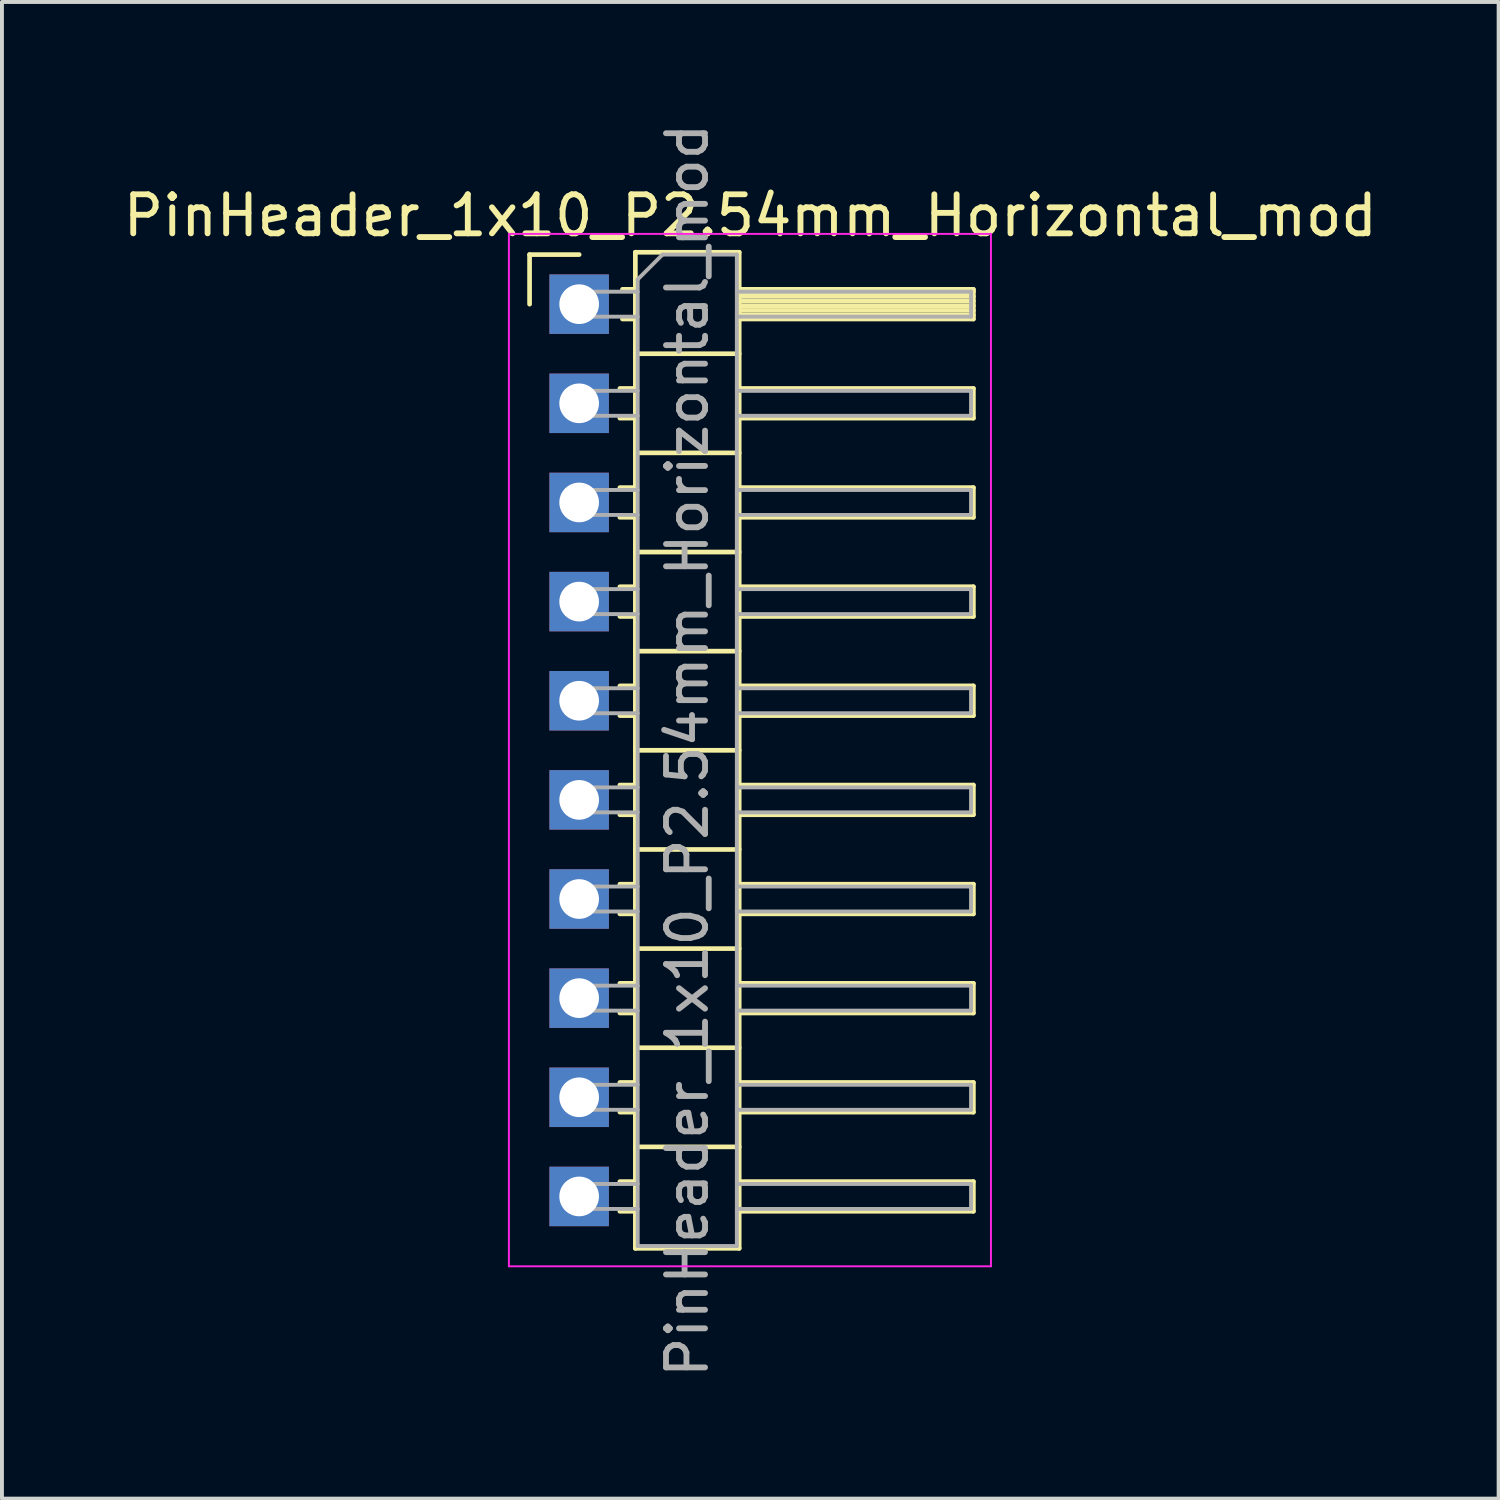
<source format=kicad_pcb>
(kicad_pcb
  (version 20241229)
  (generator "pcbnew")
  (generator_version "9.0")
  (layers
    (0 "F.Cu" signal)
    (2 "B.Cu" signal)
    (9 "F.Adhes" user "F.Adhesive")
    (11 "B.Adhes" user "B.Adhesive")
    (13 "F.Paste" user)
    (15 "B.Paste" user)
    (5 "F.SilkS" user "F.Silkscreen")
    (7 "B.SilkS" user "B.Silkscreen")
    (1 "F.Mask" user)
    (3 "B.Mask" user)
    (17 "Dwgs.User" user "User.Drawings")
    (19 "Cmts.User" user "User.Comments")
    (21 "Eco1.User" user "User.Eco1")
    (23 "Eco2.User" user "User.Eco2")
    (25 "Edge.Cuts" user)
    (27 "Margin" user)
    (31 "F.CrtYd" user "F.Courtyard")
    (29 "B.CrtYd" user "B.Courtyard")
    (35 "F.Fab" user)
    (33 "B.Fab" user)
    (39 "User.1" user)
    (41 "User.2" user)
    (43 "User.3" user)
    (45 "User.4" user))
  (footprint "PinHeader_1x10_P2.54mm_Horizontal_mod"
    (layer "F.Cu")
    (at 11.788 4.743)
    (property "Reference" "PinHeader_1x10_P2.54mm_Horizontal_mod" (at 4.385 -2.27 0) (layer "F.SilkS") (effects (font (size 1 1) (thickness 0.15))))
    (attr through_hole)
    (fp_line (start -1.27 -1.27) (end 0 -1.27) (stroke (width 0.12) (type solid)) (layer "F.SilkS"))
    (fp_line (start -1.27 0) (end -1.27 -1.27) (stroke (width 0.12) (type solid)) (layer "F.SilkS"))
    (fp_line (start 1.043 2.16) (end 1.44 2.16) (stroke (width 0.12) (type solid)) (layer "F.SilkS"))
    (fp_line (start 1.043 2.92) (end 1.44 2.92) (stroke (width 0.12) (type solid)) (layer "F.SilkS"))
    (fp_line (start 1.043 4.7) (end 1.44 4.7) (stroke (width 0.12) (type solid)) (layer "F.SilkS"))
    (fp_line (start 1.043 5.46) (end 1.44 5.46) (stroke (width 0.12) (type solid)) (layer "F.SilkS"))
    (fp_line (start 1.043 7.24) (end 1.44 7.24) (stroke (width 0.12) (type solid)) (layer "F.SilkS"))
    (fp_line (start 1.043 8) (end 1.44 8) (stroke (width 0.12) (type solid)) (layer "F.SilkS"))
    (fp_line (start 1.043 9.78) (end 1.44 9.78) (stroke (width 0.12) (type solid)) (layer "F.SilkS"))
    (fp_line (start 1.043 10.54) (end 1.44 10.54) (stroke (width 0.12) (type solid)) (layer "F.SilkS"))
    (fp_line (start 1.043 12.32) (end 1.44 12.32) (stroke (width 0.12) (type solid)) (layer "F.SilkS"))
    (fp_line (start 1.043 13.08) (end 1.44 13.08) (stroke (width 0.12) (type solid)) (layer "F.SilkS"))
    (fp_line (start 1.043 14.86) (end 1.44 14.86) (stroke (width 0.12) (type solid)) (layer "F.SilkS"))
    (fp_line (start 1.043 15.62) (end 1.44 15.62) (stroke (width 0.12) (type solid)) (layer "F.SilkS"))
    (fp_line (start 1.043 17.4) (end 1.44 17.4) (stroke (width 0.12) (type solid)) (layer "F.SilkS"))
    (fp_line (start 1.043 18.16) (end 1.44 18.16) (stroke (width 0.12) (type solid)) (layer "F.SilkS"))
    (fp_line (start 1.043 19.94) (end 1.44 19.94) (stroke (width 0.12) (type solid)) (layer "F.SilkS"))
    (fp_line (start 1.043 20.7) (end 1.44 20.7) (stroke (width 0.12) (type solid)) (layer "F.SilkS"))
    (fp_line (start 1.043 22.48) (end 1.44 22.48) (stroke (width 0.12) (type solid)) (layer "F.SilkS"))
    (fp_line (start 1.043 23.24) (end 1.44 23.24) (stroke (width 0.12) (type solid)) (layer "F.SilkS"))
    (fp_line (start 1.11 -0.38) (end 1.44 -0.38) (stroke (width 0.12) (type solid)) (layer "F.SilkS"))
    (fp_line (start 1.11 0.38) (end 1.44 0.38) (stroke (width 0.12) (type solid)) (layer "F.SilkS"))
    (fp_line (start 1.44 -1.33) (end 1.44 24.19) (stroke (width 0.12) (type solid)) (layer "F.SilkS"))
    (fp_line (start 1.44 1.27) (end 4.1 1.27) (stroke (width 0.12) (type solid)) (layer "F.SilkS"))
    (fp_line (start 1.44 3.81) (end 4.1 3.81) (stroke (width 0.12) (type solid)) (layer "F.SilkS"))
    (fp_line (start 1.44 6.35) (end 4.1 6.35) (stroke (width 0.12) (type solid)) (layer "F.SilkS"))
    (fp_line (start 1.44 8.89) (end 4.1 8.89) (stroke (width 0.12) (type solid)) (layer "F.SilkS"))
    (fp_line (start 1.44 11.43) (end 4.1 11.43) (stroke (width 0.12) (type solid)) (layer "F.SilkS"))
    (fp_line (start 1.44 13.97) (end 4.1 13.97) (stroke (width 0.12) (type solid)) (layer "F.SilkS"))
    (fp_line (start 1.44 16.51) (end 4.1 16.51) (stroke (width 0.12) (type solid)) (layer "F.SilkS"))
    (fp_line (start 1.44 19.05) (end 4.1 19.05) (stroke (width 0.12) (type solid)) (layer "F.SilkS"))
    (fp_line (start 1.44 21.59) (end 4.1 21.59) (stroke (width 0.12) (type solid)) (layer "F.SilkS"))
    (fp_line (start 1.44 24.19) (end 4.1 24.19) (stroke (width 0.12) (type solid)) (layer "F.SilkS"))
    (fp_line (start 4.1 -1.33) (end 1.44 -1.33) (stroke (width 0.12) (type solid)) (layer "F.SilkS"))
    (fp_line (start 4.1 -0.38) (end 10.1 -0.38) (stroke (width 0.12) (type solid)) (layer "F.SilkS"))
    (fp_line (start 4.1 -0.32) (end 10.1 -0.32) (stroke (width 0.12) (type solid)) (layer "F.SilkS"))
    (fp_line (start 4.1 -0.2) (end 10.1 -0.2) (stroke (width 0.12) (type solid)) (layer "F.SilkS"))
    (fp_line (start 4.1 -0.08) (end 10.1 -0.08) (stroke (width 0.12) (type solid)) (layer "F.SilkS"))
    (fp_line (start 4.1 0.04) (end 10.1 0.04) (stroke (width 0.12) (type solid)) (layer "F.SilkS"))
    (fp_line (start 4.1 0.16) (end 10.1 0.16) (stroke (width 0.12) (type solid)) (layer "F.SilkS"))
    (fp_line (start 4.1 0.28) (end 10.1 0.28) (stroke (width 0.12) (type solid)) (layer "F.SilkS"))
    (fp_line (start 4.1 2.16) (end 10.1 2.16) (stroke (width 0.12) (type solid)) (layer "F.SilkS"))
    (fp_line (start 4.1 4.7) (end 10.1 4.7) (stroke (width 0.12) (type solid)) (layer "F.SilkS"))
    (fp_line (start 4.1 7.24) (end 10.1 7.24) (stroke (width 0.12) (type solid)) (layer "F.SilkS"))
    (fp_line (start 4.1 9.78) (end 10.1 9.78) (stroke (width 0.12) (type solid)) (layer "F.SilkS"))
    (fp_line (start 4.1 12.32) (end 10.1 12.32) (stroke (width 0.12) (type solid)) (layer "F.SilkS"))
    (fp_line (start 4.1 14.86) (end 10.1 14.86) (stroke (width 0.12) (type solid)) (layer "F.SilkS"))
    (fp_line (start 4.1 17.4) (end 10.1 17.4) (stroke (width 0.12) (type solid)) (layer "F.SilkS"))
    (fp_line (start 4.1 19.94) (end 10.1 19.94) (stroke (width 0.12) (type solid)) (layer "F.SilkS"))
    (fp_line (start 4.1 22.48) (end 10.1 22.48) (stroke (width 0.12) (type solid)) (layer "F.SilkS"))
    (fp_line (start 4.1 24.19) (end 4.1 -1.33) (stroke (width 0.12) (type solid)) (layer "F.SilkS"))
    (fp_line (start 10.1 -0.38) (end 10.1 0.38) (stroke (width 0.12) (type solid)) (layer "F.SilkS"))
    (fp_line (start 10.1 0.38) (end 4.1 0.38) (stroke (width 0.12) (type solid)) (layer "F.SilkS"))
    (fp_line (start 10.1 2.16) (end 10.1 2.92) (stroke (width 0.12) (type solid)) (layer "F.SilkS"))
    (fp_line (start 10.1 2.92) (end 4.1 2.92) (stroke (width 0.12) (type solid)) (layer "F.SilkS"))
    (fp_line (start 10.1 4.7) (end 10.1 5.46) (stroke (width 0.12) (type solid)) (layer "F.SilkS"))
    (fp_line (start 10.1 5.46) (end 4.1 5.46) (stroke (width 0.12) (type solid)) (layer "F.SilkS"))
    (fp_line (start 10.1 7.24) (end 10.1 8) (stroke (width 0.12) (type solid)) (layer "F.SilkS"))
    (fp_line (start 10.1 8) (end 4.1 8) (stroke (width 0.12) (type solid)) (layer "F.SilkS"))
    (fp_line (start 10.1 9.78) (end 10.1 10.54) (stroke (width 0.12) (type solid)) (layer "F.SilkS"))
    (fp_line (start 10.1 10.54) (end 4.1 10.54) (stroke (width 0.12) (type solid)) (layer "F.SilkS"))
    (fp_line (start 10.1 12.32) (end 10.1 13.08) (stroke (width 0.12) (type solid)) (layer "F.SilkS"))
    (fp_line (start 10.1 13.08) (end 4.1 13.08) (stroke (width 0.12) (type solid)) (layer "F.SilkS"))
    (fp_line (start 10.1 14.86) (end 10.1 15.62) (stroke (width 0.12) (type solid)) (layer "F.SilkS"))
    (fp_line (start 10.1 15.62) (end 4.1 15.62) (stroke (width 0.12) (type solid)) (layer "F.SilkS"))
    (fp_line (start 10.1 17.4) (end 10.1 18.16) (stroke (width 0.12) (type solid)) (layer "F.SilkS"))
    (fp_line (start 10.1 18.16) (end 4.1 18.16) (stroke (width 0.12) (type solid)) (layer "F.SilkS"))
    (fp_line (start 10.1 19.94) (end 10.1 20.7) (stroke (width 0.12) (type solid)) (layer "F.SilkS"))
    (fp_line (start 10.1 20.7) (end 4.1 20.7) (stroke (width 0.12) (type solid)) (layer "F.SilkS"))
    (fp_line (start 10.1 22.48) (end 10.1 23.24) (stroke (width 0.12) (type solid)) (layer "F.SilkS"))
    (fp_line (start 10.1 23.24) (end 4.1 23.24) (stroke (width 0.12) (type solid)) (layer "F.SilkS"))
    (fp_line (start -1.8 -1.8) (end -1.8 24.65) (stroke (width 0.05) (type solid)) (layer "F.CrtYd"))
    (fp_line (start -1.8 24.65) (end 10.55 24.65) (stroke (width 0.05) (type solid)) (layer "F.CrtYd"))
    (fp_line (start 10.55 -1.8) (end -1.8 -1.8) (stroke (width 0.05) (type solid)) (layer "F.CrtYd"))
    (fp_line (start 10.55 24.65) (end 10.55 -1.8) (stroke (width 0.05) (type solid)) (layer "F.CrtYd"))
    (fp_line (start -0.32 -0.32) (end -0.32 0.32) (stroke (width 0.1) (type solid)) (layer "F.Fab"))
    (fp_line (start -0.32 -0.32) (end 1.5 -0.32) (stroke (width 0.1) (type solid)) (layer "F.Fab"))
    (fp_line (start -0.32 0.32) (end 1.5 0.32) (stroke (width 0.1) (type solid)) (layer "F.Fab"))
    (fp_line (start -0.32 2.22) (end -0.32 2.86) (stroke (width 0.1) (type solid)) (layer "F.Fab"))
    (fp_line (start -0.32 2.22) (end 1.5 2.22) (stroke (width 0.1) (type solid)) (layer "F.Fab"))
    (fp_line (start -0.32 2.86) (end 1.5 2.86) (stroke (width 0.1) (type solid)) (layer "F.Fab"))
    (fp_line (start -0.32 4.76) (end -0.32 5.4) (stroke (width 0.1) (type solid)) (layer "F.Fab"))
    (fp_line (start -0.32 4.76) (end 1.5 4.76) (stroke (width 0.1) (type solid)) (layer "F.Fab"))
    (fp_line (start -0.32 5.4) (end 1.5 5.4) (stroke (width 0.1) (type solid)) (layer "F.Fab"))
    (fp_line (start -0.32 7.3) (end -0.32 7.94) (stroke (width 0.1) (type solid)) (layer "F.Fab"))
    (fp_line (start -0.32 7.3) (end 1.5 7.3) (stroke (width 0.1) (type solid)) (layer "F.Fab"))
    (fp_line (start -0.32 7.94) (end 1.5 7.94) (stroke (width 0.1) (type solid)) (layer "F.Fab"))
    (fp_line (start -0.32 9.84) (end -0.32 10.48) (stroke (width 0.1) (type solid)) (layer "F.Fab"))
    (fp_line (start -0.32 9.84) (end 1.5 9.84) (stroke (width 0.1) (type solid)) (layer "F.Fab"))
    (fp_line (start -0.32 10.48) (end 1.5 10.48) (stroke (width 0.1) (type solid)) (layer "F.Fab"))
    (fp_line (start -0.32 12.38) (end -0.32 13.02) (stroke (width 0.1) (type solid)) (layer "F.Fab"))
    (fp_line (start -0.32 12.38) (end 1.5 12.38) (stroke (width 0.1) (type solid)) (layer "F.Fab"))
    (fp_line (start -0.32 13.02) (end 1.5 13.02) (stroke (width 0.1) (type solid)) (layer "F.Fab"))
    (fp_line (start -0.32 14.92) (end -0.32 15.56) (stroke (width 0.1) (type solid)) (layer "F.Fab"))
    (fp_line (start -0.32 14.92) (end 1.5 14.92) (stroke (width 0.1) (type solid)) (layer "F.Fab"))
    (fp_line (start -0.32 15.56) (end 1.5 15.56) (stroke (width 0.1) (type solid)) (layer "F.Fab"))
    (fp_line (start -0.32 17.46) (end -0.32 18.1) (stroke (width 0.1) (type solid)) (layer "F.Fab"))
    (fp_line (start -0.32 17.46) (end 1.5 17.46) (stroke (width 0.1) (type solid)) (layer "F.Fab"))
    (fp_line (start -0.32 18.1) (end 1.5 18.1) (stroke (width 0.1) (type solid)) (layer "F.Fab"))
    (fp_line (start -0.32 20) (end -0.32 20.64) (stroke (width 0.1) (type solid)) (layer "F.Fab"))
    (fp_line (start -0.32 20) (end 1.5 20) (stroke (width 0.1) (type solid)) (layer "F.Fab"))
    (fp_line (start -0.32 20.64) (end 1.5 20.64) (stroke (width 0.1) (type solid)) (layer "F.Fab"))
    (fp_line (start -0.32 22.54) (end -0.32 23.18) (stroke (width 0.1) (type solid)) (layer "F.Fab"))
    (fp_line (start -0.32 22.54) (end 1.5 22.54) (stroke (width 0.1) (type solid)) (layer "F.Fab"))
    (fp_line (start -0.32 23.18) (end 1.5 23.18) (stroke (width 0.1) (type solid)) (layer "F.Fab"))
    (fp_line (start 1.5 -0.635) (end 2.135 -1.27) (stroke (width 0.1) (type solid)) (layer "F.Fab"))
    (fp_line (start 1.5 24.13) (end 1.5 -0.635) (stroke (width 0.1) (type solid)) (layer "F.Fab"))
    (fp_line (start 2.135 -1.27) (end 4.04 -1.27) (stroke (width 0.1) (type solid)) (layer "F.Fab"))
    (fp_line (start 4.04 -1.27) (end 4.04 24.13) (stroke (width 0.1) (type solid)) (layer "F.Fab"))
    (fp_line (start 4.04 -0.32) (end 10.04 -0.32) (stroke (width 0.1) (type solid)) (layer "F.Fab"))
    (fp_line (start 4.04 0.32) (end 10.04 0.32) (stroke (width 0.1) (type solid)) (layer "F.Fab"))
    (fp_line (start 4.04 2.22) (end 10.04 2.22) (stroke (width 0.1) (type solid)) (layer "F.Fab"))
    (fp_line (start 4.04 2.86) (end 10.04 2.86) (stroke (width 0.1) (type solid)) (layer "F.Fab"))
    (fp_line (start 4.04 4.76) (end 10.04 4.76) (stroke (width 0.1) (type solid)) (layer "F.Fab"))
    (fp_line (start 4.04 5.4) (end 10.04 5.4) (stroke (width 0.1) (type solid)) (layer "F.Fab"))
    (fp_line (start 4.04 7.3) (end 10.04 7.3) (stroke (width 0.1) (type solid)) (layer "F.Fab"))
    (fp_line (start 4.04 7.94) (end 10.04 7.94) (stroke (width 0.1) (type solid)) (layer "F.Fab"))
    (fp_line (start 4.04 9.84) (end 10.04 9.84) (stroke (width 0.1) (type solid)) (layer "F.Fab"))
    (fp_line (start 4.04 10.48) (end 10.04 10.48) (stroke (width 0.1) (type solid)) (layer "F.Fab"))
    (fp_line (start 4.04 12.38) (end 10.04 12.38) (stroke (width 0.1) (type solid)) (layer "F.Fab"))
    (fp_line (start 4.04 13.02) (end 10.04 13.02) (stroke (width 0.1) (type solid)) (layer "F.Fab"))
    (fp_line (start 4.04 14.92) (end 10.04 14.92) (stroke (width 0.1) (type solid)) (layer "F.Fab"))
    (fp_line (start 4.04 15.56) (end 10.04 15.56) (stroke (width 0.1) (type solid)) (layer "F.Fab"))
    (fp_line (start 4.04 17.46) (end 10.04 17.46) (stroke (width 0.1) (type solid)) (layer "F.Fab"))
    (fp_line (start 4.04 18.1) (end 10.04 18.1) (stroke (width 0.1) (type solid)) (layer "F.Fab"))
    (fp_line (start 4.04 20) (end 10.04 20) (stroke (width 0.1) (type solid)) (layer "F.Fab"))
    (fp_line (start 4.04 20.64) (end 10.04 20.64) (stroke (width 0.1) (type solid)) (layer "F.Fab"))
    (fp_line (start 4.04 22.54) (end 10.04 22.54) (stroke (width 0.1) (type solid)) (layer "F.Fab"))
    (fp_line (start 4.04 23.18) (end 10.04 23.18) (stroke (width 0.1) (type solid)) (layer "F.Fab"))
    (fp_line (start 4.04 24.13) (end 1.5 24.13) (stroke (width 0.1) (type solid)) (layer "F.Fab"))
    (fp_line (start 10.04 -0.32) (end 10.04 0.32) (stroke (width 0.1) (type solid)) (layer "F.Fab"))
    (fp_line (start 10.04 2.22) (end 10.04 2.86) (stroke (width 0.1) (type solid)) (layer "F.Fab"))
    (fp_line (start 10.04 4.76) (end 10.04 5.4) (stroke (width 0.1) (type solid)) (layer "F.Fab"))
    (fp_line (start 10.04 7.3) (end 10.04 7.94) (stroke (width 0.1) (type solid)) (layer "F.Fab"))
    (fp_line (start 10.04 9.84) (end 10.04 10.48) (stroke (width 0.1) (type solid)) (layer "F.Fab"))
    (fp_line (start 10.04 12.38) (end 10.04 13.02) (stroke (width 0.1) (type solid)) (layer "F.Fab"))
    (fp_line (start 10.04 14.92) (end 10.04 15.56) (stroke (width 0.1) (type solid)) (layer "F.Fab"))
    (fp_line (start 10.04 17.46) (end 10.04 18.1) (stroke (width 0.1) (type solid)) (layer "F.Fab"))
    (fp_line (start 10.04 20) (end 10.04 20.64) (stroke (width 0.1) (type solid)) (layer "F.Fab"))
    (fp_line (start 10.04 22.54) (end 10.04 23.18) (stroke (width 0.1) (type solid)) (layer "F.Fab"))
    (fp_text user "${REFERENCE}" (at 2.77 11.43 90) (layer "F.Fab") (effects (font (size 1 1) (thickness 0.15))))
    (pad "1" thru_hole trapezoid (at 0 22.86) (size 1.524 1.524) (drill 1.016) (layers "*.Cu" "*.Mask"))
    (pad "2" thru_hole rect (at 0 20.32) (size 1.524 1.524) (drill 1.016) (layers "*.Cu" "*.Mask"))
    (pad "3" thru_hole rect (at 0 17.78) (size 1.524 1.524) (drill 1.016) (layers "*.Cu" "*.Mask"))
    (pad "4" thru_hole rect (at 0 15.24) (size 1.524 1.524) (drill 1.016) (layers "*.Cu" "*.Mask"))
    (pad "5" thru_hole rect (at 0 12.7) (size 1.524 1.524) (drill 1.016) (layers "*.Cu" "*.Mask"))
    (pad "6" thru_hole rect (at 0 10.16) (size 1.524 1.524) (drill 1.016) (layers "*.Cu" "*.Mask"))
    (pad "7" thru_hole rect (at 0 7.62) (size 1.524 1.524) (drill 1.016) (layers "*.Cu" "*.Mask"))
    (pad "8" thru_hole rect (at 0 5.08) (size 1.524 1.524) (drill 1.016) (layers "*.Cu" "*.Mask"))
    (pad "9" thru_hole rect (at 0 2.54) (size 1.524 1.524) (drill 1.016) (layers "*.Cu" "*.Mask"))
    (pad "10" thru_hole rect (at 0 0) (size 1.524 1.524) (drill 1.016) (layers "*.Cu" "*.Mask")))
  (gr_rect
    (start -3 -3)
    (end 35.345 35.345)
    (stroke (width 0.1) (type default))
    (fill no)
    (layer "Edge.Cuts")))
</source>
